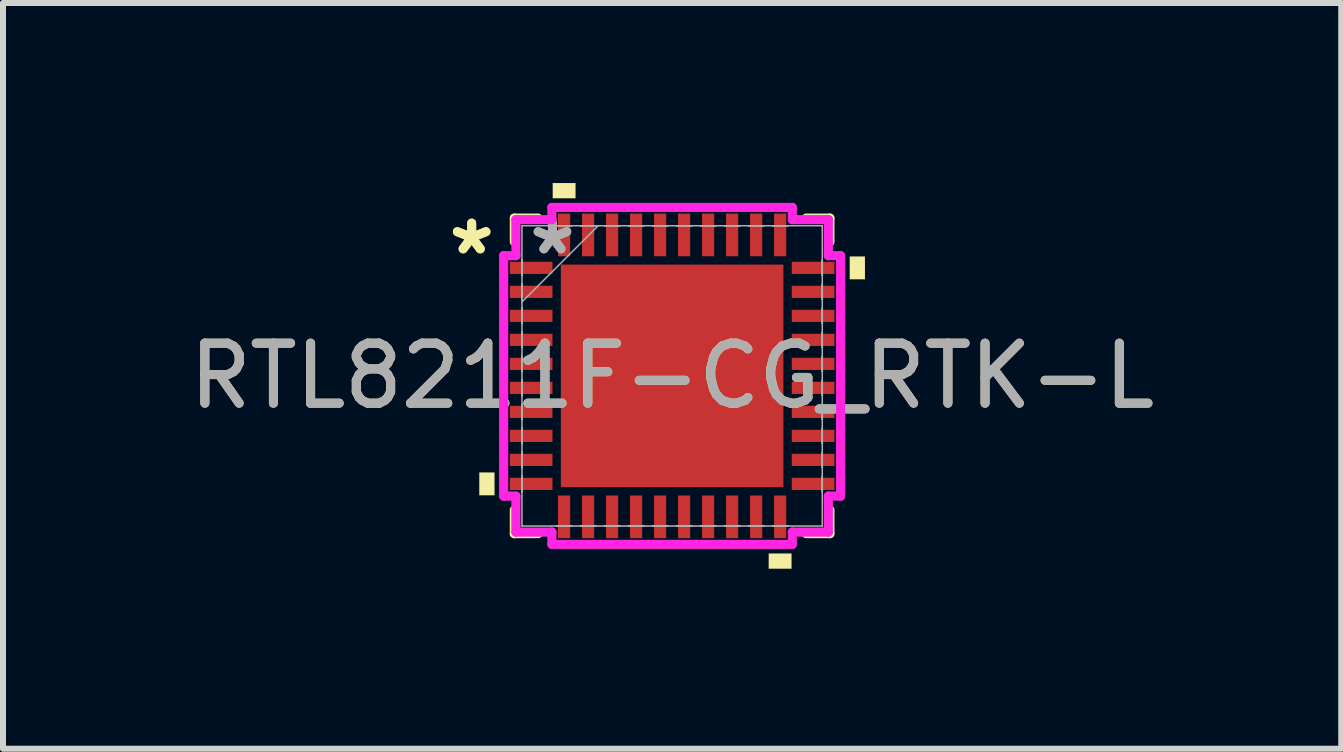
<source format=kicad_pcb>
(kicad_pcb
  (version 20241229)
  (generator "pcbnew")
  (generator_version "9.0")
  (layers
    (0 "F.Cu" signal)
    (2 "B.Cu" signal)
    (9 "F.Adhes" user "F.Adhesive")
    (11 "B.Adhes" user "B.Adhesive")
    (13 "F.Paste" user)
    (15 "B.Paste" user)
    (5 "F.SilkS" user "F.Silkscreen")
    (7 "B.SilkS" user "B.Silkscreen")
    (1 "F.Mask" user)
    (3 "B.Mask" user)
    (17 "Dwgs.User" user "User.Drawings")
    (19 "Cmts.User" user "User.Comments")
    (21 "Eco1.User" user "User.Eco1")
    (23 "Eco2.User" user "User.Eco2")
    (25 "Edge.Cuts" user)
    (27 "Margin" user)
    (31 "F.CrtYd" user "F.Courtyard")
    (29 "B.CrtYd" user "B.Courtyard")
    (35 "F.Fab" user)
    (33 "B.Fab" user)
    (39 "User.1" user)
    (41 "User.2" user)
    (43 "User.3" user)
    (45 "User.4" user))
  (footprint "RTL8211F-CG_RTK-L"
    (layer "F.Cu")
    (at 8.149 3.213)
    (property "Reference" "RTL8211F-CG_RTK-L" (at 0 0 0) (unlocked yes) (layer "F.SilkS") (effects (font (size 1 1) (thickness 0.15))))
    (attr smd)
    (fp_line (start -2.629 -2.629) (end -2.629 -2.234) (stroke (width 0.152) (type solid)) (layer "F.SilkS"))
    (fp_line (start -2.629 2.234) (end -2.629 2.629) (stroke (width 0.152) (type solid)) (layer "F.SilkS"))
    (fp_line (start -2.629 2.629) (end -2.234 2.629) (stroke (width 0.152) (type solid)) (layer "F.SilkS"))
    (fp_line (start -2.234 -2.629) (end -2.629 -2.629) (stroke (width 0.152) (type solid)) (layer "F.SilkS"))
    (fp_line (start 2.234 2.629) (end 2.629 2.629) (stroke (width 0.152) (type solid)) (layer "F.SilkS"))
    (fp_line (start 2.629 -2.629) (end 2.234 -2.629) (stroke (width 0.152) (type solid)) (layer "F.SilkS"))
    (fp_line (start 2.629 -2.234) (end 2.629 -2.629) (stroke (width 0.152) (type solid)) (layer "F.SilkS"))
    (fp_line (start 2.629 2.629) (end 2.629 2.234) (stroke (width 0.152) (type solid)) (layer "F.SilkS"))
    (fp_poly (pts (xy -3.213 1.609) (xy -3.213 1.99) (xy -2.959 1.99) (xy -2.959 1.609)) (stroke (width 0) (type solid)) (fill yes) (layer "F.SilkS"))
    (fp_poly (pts (xy -1.99 -2.959) (xy -1.99 -3.213) (xy -1.609 -3.213) (xy -1.609 -2.959)) (stroke (width 0) (type solid)) (fill yes) (layer "F.SilkS"))
    (fp_poly (pts (xy 1.609 2.959) (xy 1.609 3.213) (xy 1.99 3.213) (xy 1.99 2.959)) (stroke (width 0) (type solid)) (fill yes) (layer "F.SilkS"))
    (fp_poly (pts (xy 3.213 -1.99) (xy 3.213 -1.609) (xy 2.959 -1.609) (xy 2.959 -1.99)) (stroke (width 0) (type solid)) (fill yes) (layer "F.SilkS"))
    (fp_poly (pts (xy -1.754 -1.754) (xy -1.754 -0.1) (xy -0.1 -0.1) (xy -0.1 -1.754)) (stroke (width 0) (type solid)) (fill yes) (layer "F.Paste"))
    (fp_poly (pts (xy -1.754 0.1) (xy -1.754 1.754) (xy -0.1 1.754) (xy -0.1 0.1)) (stroke (width 0) (type solid)) (fill yes) (layer "F.Paste"))
    (fp_poly (pts (xy 0.1 -1.754) (xy 0.1 -0.1) (xy 1.754 -0.1) (xy 1.754 -1.754)) (stroke (width 0) (type solid)) (fill yes) (layer "F.Paste"))
    (fp_poly (pts (xy 0.1 0.1) (xy 0.1 1.754) (xy 1.754 1.754) (xy 1.754 0.1)) (stroke (width 0) (type solid)) (fill yes) (layer "F.Paste"))
    (fp_line (start -2.807 -2.003) (end -2.603 -2.003) (stroke (width 0.152) (type solid)) (layer "F.CrtYd"))
    (fp_line (start -2.807 2.003) (end -2.807 -2.003) (stroke (width 0.152) (type solid)) (layer "F.CrtYd"))
    (fp_line (start -2.603 -2.603) (end -2.003 -2.603) (stroke (width 0.152) (type solid)) (layer "F.CrtYd"))
    (fp_line (start -2.603 -2.003) (end -2.603 -2.603) (stroke (width 0.152) (type solid)) (layer "F.CrtYd"))
    (fp_line (start -2.603 2.003) (end -2.807 2.003) (stroke (width 0.152) (type solid)) (layer "F.CrtYd"))
    (fp_line (start -2.603 2.603) (end -2.603 2.003) (stroke (width 0.152) (type solid)) (layer "F.CrtYd"))
    (fp_line (start -2.003 -2.807) (end 2.003 -2.807) (stroke (width 0.152) (type solid)) (layer "F.CrtYd"))
    (fp_line (start -2.003 -2.603) (end -2.003 -2.807) (stroke (width 0.152) (type solid)) (layer "F.CrtYd"))
    (fp_line (start -2.003 2.603) (end -2.603 2.603) (stroke (width 0.152) (type solid)) (layer "F.CrtYd"))
    (fp_line (start -2.003 2.807) (end -2.003 2.603) (stroke (width 0.152) (type solid)) (layer "F.CrtYd"))
    (fp_line (start 2.003 -2.807) (end 2.003 -2.603) (stroke (width 0.152) (type solid)) (layer "F.CrtYd"))
    (fp_line (start 2.003 -2.603) (end 2.603 -2.603) (stroke (width 0.152) (type solid)) (layer "F.CrtYd"))
    (fp_line (start 2.003 2.603) (end 2.003 2.807) (stroke (width 0.152) (type solid)) (layer "F.CrtYd"))
    (fp_line (start 2.003 2.807) (end -2.003 2.807) (stroke (width 0.152) (type solid)) (layer "F.CrtYd"))
    (fp_line (start 2.603 -2.603) (end 2.603 -2.003) (stroke (width 0.152) (type solid)) (layer "F.CrtYd"))
    (fp_line (start 2.603 -2.003) (end 2.807 -2.003) (stroke (width 0.152) (type solid)) (layer "F.CrtYd"))
    (fp_line (start 2.603 2.003) (end 2.603 2.603) (stroke (width 0.152) (type solid)) (layer "F.CrtYd"))
    (fp_line (start 2.603 2.603) (end 2.003 2.603) (stroke (width 0.152) (type solid)) (layer "F.CrtYd"))
    (fp_line (start 2.807 -2.003) (end 2.807 2.003) (stroke (width 0.152) (type solid)) (layer "F.CrtYd"))
    (fp_line (start 2.807 2.003) (end 2.603 2.003) (stroke (width 0.152) (type solid)) (layer "F.CrtYd"))
    (fp_line (start -2.502 -2.502) (end -2.502 -2.502) (stroke (width 0.025) (type solid)) (layer "F.Fab"))
    (fp_line (start -2.502 -2.502) (end -2.502 2.502) (stroke (width 0.025) (type solid)) (layer "F.Fab"))
    (fp_line (start -2.502 -1.927) (end -2.502 -1.927) (stroke (width 0.025) (type solid)) (layer "F.Fab"))
    (fp_line (start -2.502 -1.927) (end -2.502 -1.673) (stroke (width 0.025) (type solid)) (layer "F.Fab"))
    (fp_line (start -2.502 -1.673) (end -2.502 -1.927) (stroke (width 0.025) (type solid)) (layer "F.Fab"))
    (fp_line (start -2.502 -1.673) (end -2.502 -1.673) (stroke (width 0.025) (type solid)) (layer "F.Fab"))
    (fp_line (start -2.502 -1.527) (end -2.502 -1.527) (stroke (width 0.025) (type solid)) (layer "F.Fab"))
    (fp_line (start -2.502 -1.527) (end -2.502 -1.273) (stroke (width 0.025) (type solid)) (layer "F.Fab"))
    (fp_line (start -2.502 -1.273) (end -2.502 -1.527) (stroke (width 0.025) (type solid)) (layer "F.Fab"))
    (fp_line (start -2.502 -1.273) (end -2.502 -1.273) (stroke (width 0.025) (type solid)) (layer "F.Fab"))
    (fp_line (start -2.502 -1.232) (end -1.232 -2.502) (stroke (width 0.025) (type solid)) (layer "F.Fab"))
    (fp_line (start -2.502 -1.127) (end -2.502 -1.127) (stroke (width 0.025) (type solid)) (layer "F.Fab"))
    (fp_line (start -2.502 -1.127) (end -2.502 -0.873) (stroke (width 0.025) (type solid)) (layer "F.Fab"))
    (fp_line (start -2.502 -0.873) (end -2.502 -1.127) (stroke (width 0.025) (type solid)) (layer "F.Fab"))
    (fp_line (start -2.502 -0.873) (end -2.502 -0.873) (stroke (width 0.025) (type solid)) (layer "F.Fab"))
    (fp_line (start -2.502 -0.727) (end -2.502 -0.727) (stroke (width 0.025) (type solid)) (layer "F.Fab"))
    (fp_line (start -2.502 -0.727) (end -2.502 -0.473) (stroke (width 0.025) (type solid)) (layer "F.Fab"))
    (fp_line (start -2.502 -0.473) (end -2.502 -0.727) (stroke (width 0.025) (type solid)) (layer "F.Fab"))
    (fp_line (start -2.502 -0.473) (end -2.502 -0.473) (stroke (width 0.025) (type solid)) (layer "F.Fab"))
    (fp_line (start -2.502 -0.327) (end -2.502 -0.327) (stroke (width 0.025) (type solid)) (layer "F.Fab"))
    (fp_line (start -2.502 -0.327) (end -2.502 -0.073) (stroke (width 0.025) (type solid)) (layer "F.Fab"))
    (fp_line (start -2.502 -0.073) (end -2.502 -0.327) (stroke (width 0.025) (type solid)) (layer "F.Fab"))
    (fp_line (start -2.502 -0.073) (end -2.502 -0.073) (stroke (width 0.025) (type solid)) (layer "F.Fab"))
    (fp_line (start -2.502 0.073) (end -2.502 0.073) (stroke (width 0.025) (type solid)) (layer "F.Fab"))
    (fp_line (start -2.502 0.073) (end -2.502 0.327) (stroke (width 0.025) (type solid)) (layer "F.Fab"))
    (fp_line (start -2.502 0.327) (end -2.502 0.073) (stroke (width 0.025) (type solid)) (layer "F.Fab"))
    (fp_line (start -2.502 0.327) (end -2.502 0.327) (stroke (width 0.025) (type solid)) (layer "F.Fab"))
    (fp_line (start -2.502 0.473) (end -2.502 0.473) (stroke (width 0.025) (type solid)) (layer "F.Fab"))
    (fp_line (start -2.502 0.473) (end -2.502 0.727) (stroke (width 0.025) (type solid)) (layer "F.Fab"))
    (fp_line (start -2.502 0.727) (end -2.502 0.473) (stroke (width 0.025) (type solid)) (layer "F.Fab"))
    (fp_line (start -2.502 0.727) (end -2.502 0.727) (stroke (width 0.025) (type solid)) (layer "F.Fab"))
    (fp_line (start -2.502 0.873) (end -2.502 0.873) (stroke (width 0.025) (type solid)) (layer "F.Fab"))
    (fp_line (start -2.502 0.873) (end -2.502 1.127) (stroke (width 0.025) (type solid)) (layer "F.Fab"))
    (fp_line (start -2.502 1.127) (end -2.502 0.873) (stroke (width 0.025) (type solid)) (layer "F.Fab"))
    (fp_line (start -2.502 1.127) (end -2.502 1.127) (stroke (width 0.025) (type solid)) (layer "F.Fab"))
    (fp_line (start -2.502 1.273) (end -2.502 1.273) (stroke (width 0.025) (type solid)) (layer "F.Fab"))
    (fp_line (start -2.502 1.273) (end -2.502 1.527) (stroke (width 0.025) (type solid)) (layer "F.Fab"))
    (fp_line (start -2.502 1.527) (end -2.502 1.273) (stroke (width 0.025) (type solid)) (layer "F.Fab"))
    (fp_line (start -2.502 1.527) (end -2.502 1.527) (stroke (width 0.025) (type solid)) (layer "F.Fab"))
    (fp_line (start -2.502 1.673) (end -2.502 1.673) (stroke (width 0.025) (type solid)) (layer "F.Fab"))
    (fp_line (start -2.502 1.673) (end -2.502 1.927) (stroke (width 0.025) (type solid)) (layer "F.Fab"))
    (fp_line (start -2.502 1.927) (end -2.502 1.673) (stroke (width 0.025) (type solid)) (layer "F.Fab"))
    (fp_line (start -2.502 1.927) (end -2.502 1.927) (stroke (width 0.025) (type solid)) (layer "F.Fab"))
    (fp_line (start -2.502 2.502) (end -2.502 2.502) (stroke (width 0.025) (type solid)) (layer "F.Fab"))
    (fp_line (start -2.502 2.502) (end 2.502 2.502) (stroke (width 0.025) (type solid)) (layer "F.Fab"))
    (fp_line (start -1.927 -2.502) (end -1.927 -2.502) (stroke (width 0.025) (type solid)) (layer "F.Fab"))
    (fp_line (start -1.927 -2.502) (end -1.673 -2.502) (stroke (width 0.025) (type solid)) (layer "F.Fab"))
    (fp_line (start -1.927 2.502) (end -1.927 2.502) (stroke (width 0.025) (type solid)) (layer "F.Fab"))
    (fp_line (start -1.927 2.502) (end -1.673 2.502) (stroke (width 0.025) (type solid)) (layer "F.Fab"))
    (fp_line (start -1.673 -2.502) (end -1.927 -2.502) (stroke (width 0.025) (type solid)) (layer "F.Fab"))
    (fp_line (start -1.673 -2.502) (end -1.673 -2.502) (stroke (width 0.025) (type solid)) (layer "F.Fab"))
    (fp_line (start -1.673 2.502) (end -1.927 2.502) (stroke (width 0.025) (type solid)) (layer "F.Fab"))
    (fp_line (start -1.673 2.502) (end -1.673 2.502) (stroke (width 0.025) (type solid)) (layer "F.Fab"))
    (fp_line (start -1.527 -2.502) (end -1.527 -2.502) (stroke (width 0.025) (type solid)) (layer "F.Fab"))
    (fp_line (start -1.527 -2.502) (end -1.273 -2.502) (stroke (width 0.025) (type solid)) (layer "F.Fab"))
    (fp_line (start -1.527 2.502) (end -1.527 2.502) (stroke (width 0.025) (type solid)) (layer "F.Fab"))
    (fp_line (start -1.527 2.502) (end -1.273 2.502) (stroke (width 0.025) (type solid)) (layer "F.Fab"))
    (fp_line (start -1.273 -2.502) (end -1.527 -2.502) (stroke (width 0.025) (type solid)) (layer "F.Fab"))
    (fp_line (start -1.273 -2.502) (end -1.273 -2.502) (stroke (width 0.025) (type solid)) (layer "F.Fab"))
    (fp_line (start -1.273 2.502) (end -1.527 2.502) (stroke (width 0.025) (type solid)) (layer "F.Fab"))
    (fp_line (start -1.273 2.502) (end -1.273 2.502) (stroke (width 0.025) (type solid)) (layer "F.Fab"))
    (fp_line (start -1.127 -2.502) (end -1.127 -2.502) (stroke (width 0.025) (type solid)) (layer "F.Fab"))
    (fp_line (start -1.127 -2.502) (end -0.873 -2.502) (stroke (width 0.025) (type solid)) (layer "F.Fab"))
    (fp_line (start -1.127 2.502) (end -1.127 2.502) (stroke (width 0.025) (type solid)) (layer "F.Fab"))
    (fp_line (start -1.127 2.502) (end -0.873 2.502) (stroke (width 0.025) (type solid)) (layer "F.Fab"))
    (fp_line (start -0.873 -2.502) (end -1.127 -2.502) (stroke (width 0.025) (type solid)) (layer "F.Fab"))
    (fp_line (start -0.873 -2.502) (end -0.873 -2.502) (stroke (width 0.025) (type solid)) (layer "F.Fab"))
    (fp_line (start -0.873 2.502) (end -1.127 2.502) (stroke (width 0.025) (type solid)) (layer "F.Fab"))
    (fp_line (start -0.873 2.502) (end -0.873 2.502) (stroke (width 0.025) (type solid)) (layer "F.Fab"))
    (fp_line (start -0.727 -2.502) (end -0.727 -2.502) (stroke (width 0.025) (type solid)) (layer "F.Fab"))
    (fp_line (start -0.727 -2.502) (end -0.473 -2.502) (stroke (width 0.025) (type solid)) (layer "F.Fab"))
    (fp_line (start -0.727 2.502) (end -0.727 2.502) (stroke (width 0.025) (type solid)) (layer "F.Fab"))
    (fp_line (start -0.727 2.502) (end -0.473 2.502) (stroke (width 0.025) (type solid)) (layer "F.Fab"))
    (fp_line (start -0.473 -2.502) (end -0.727 -2.502) (stroke (width 0.025) (type solid)) (layer "F.Fab"))
    (fp_line (start -0.473 -2.502) (end -0.473 -2.502) (stroke (width 0.025) (type solid)) (layer "F.Fab"))
    (fp_line (start -0.473 2.502) (end -0.727 2.502) (stroke (width 0.025) (type solid)) (layer "F.Fab"))
    (fp_line (start -0.473 2.502) (end -0.473 2.502) (stroke (width 0.025) (type solid)) (layer "F.Fab"))
    (fp_line (start -0.327 -2.502) (end -0.327 -2.502) (stroke (width 0.025) (type solid)) (layer "F.Fab"))
    (fp_line (start -0.327 -2.502) (end -0.073 -2.502) (stroke (width 0.025) (type solid)) (layer "F.Fab"))
    (fp_line (start -0.327 2.502) (end -0.327 2.502) (stroke (width 0.025) (type solid)) (layer "F.Fab"))
    (fp_line (start -0.327 2.502) (end -0.073 2.502) (stroke (width 0.025) (type solid)) (layer "F.Fab"))
    (fp_line (start -0.073 -2.502) (end -0.327 -2.502) (stroke (width 0.025) (type solid)) (layer "F.Fab"))
    (fp_line (start -0.073 -2.502) (end -0.073 -2.502) (stroke (width 0.025) (type solid)) (layer "F.Fab"))
    (fp_line (start -0.073 2.502) (end -0.327 2.502) (stroke (width 0.025) (type solid)) (layer "F.Fab"))
    (fp_line (start -0.073 2.502) (end -0.073 2.502) (stroke (width 0.025) (type solid)) (layer "F.Fab"))
    (fp_line (start 0.073 -2.502) (end 0.073 -2.502) (stroke (width 0.025) (type solid)) (layer "F.Fab"))
    (fp_line (start 0.073 -2.502) (end 0.327 -2.502) (stroke (width 0.025) (type solid)) (layer "F.Fab"))
    (fp_line (start 0.073 2.502) (end 0.073 2.502) (stroke (width 0.025) (type solid)) (layer "F.Fab"))
    (fp_line (start 0.073 2.502) (end 0.327 2.502) (stroke (width 0.025) (type solid)) (layer "F.Fab"))
    (fp_line (start 0.327 -2.502) (end 0.073 -2.502) (stroke (width 0.025) (type solid)) (layer "F.Fab"))
    (fp_line (start 0.327 -2.502) (end 0.327 -2.502) (stroke (width 0.025) (type solid)) (layer "F.Fab"))
    (fp_line (start 0.327 2.502) (end 0.073 2.502) (stroke (width 0.025) (type solid)) (layer "F.Fab"))
    (fp_line (start 0.327 2.502) (end 0.327 2.502) (stroke (width 0.025) (type solid)) (layer "F.Fab"))
    (fp_line (start 0.473 -2.502) (end 0.473 -2.502) (stroke (width 0.025) (type solid)) (layer "F.Fab"))
    (fp_line (start 0.473 -2.502) (end 0.727 -2.502) (stroke (width 0.025) (type solid)) (layer "F.Fab"))
    (fp_line (start 0.473 2.502) (end 0.473 2.502) (stroke (width 0.025) (type solid)) (layer "F.Fab"))
    (fp_line (start 0.473 2.502) (end 0.727 2.502) (stroke (width 0.025) (type solid)) (layer "F.Fab"))
    (fp_line (start 0.727 -2.502) (end 0.473 -2.502) (stroke (width 0.025) (type solid)) (layer "F.Fab"))
    (fp_line (start 0.727 -2.502) (end 0.727 -2.502) (stroke (width 0.025) (type solid)) (layer "F.Fab"))
    (fp_line (start 0.727 2.502) (end 0.473 2.502) (stroke (width 0.025) (type solid)) (layer "F.Fab"))
    (fp_line (start 0.727 2.502) (end 0.727 2.502) (stroke (width 0.025) (type solid)) (layer "F.Fab"))
    (fp_line (start 0.873 -2.502) (end 0.873 -2.502) (stroke (width 0.025) (type solid)) (layer "F.Fab"))
    (fp_line (start 0.873 -2.502) (end 1.127 -2.502) (stroke (width 0.025) (type solid)) (layer "F.Fab"))
    (fp_line (start 0.873 2.502) (end 0.873 2.502) (stroke (width 0.025) (type solid)) (layer "F.Fab"))
    (fp_line (start 0.873 2.502) (end 1.127 2.502) (stroke (width 0.025) (type solid)) (layer "F.Fab"))
    (fp_line (start 1.127 -2.502) (end 0.873 -2.502) (stroke (width 0.025) (type solid)) (layer "F.Fab"))
    (fp_line (start 1.127 -2.502) (end 1.127 -2.502) (stroke (width 0.025) (type solid)) (layer "F.Fab"))
    (fp_line (start 1.127 2.502) (end 0.873 2.502) (stroke (width 0.025) (type solid)) (layer "F.Fab"))
    (fp_line (start 1.127 2.502) (end 1.127 2.502) (stroke (width 0.025) (type solid)) (layer "F.Fab"))
    (fp_line (start 1.273 -2.502) (end 1.273 -2.502) (stroke (width 0.025) (type solid)) (layer "F.Fab"))
    (fp_line (start 1.273 -2.502) (end 1.527 -2.502) (stroke (width 0.025) (type solid)) (layer "F.Fab"))
    (fp_line (start 1.273 2.502) (end 1.273 2.502) (stroke (width 0.025) (type solid)) (layer "F.Fab"))
    (fp_line (start 1.273 2.502) (end 1.527 2.502) (stroke (width 0.025) (type solid)) (layer "F.Fab"))
    (fp_line (start 1.527 -2.502) (end 1.273 -2.502) (stroke (width 0.025) (type solid)) (layer "F.Fab"))
    (fp_line (start 1.527 -2.502) (end 1.527 -2.502) (stroke (width 0.025) (type solid)) (layer "F.Fab"))
    (fp_line (start 1.527 2.502) (end 1.273 2.502) (stroke (width 0.025) (type solid)) (layer "F.Fab"))
    (fp_line (start 1.527 2.502) (end 1.527 2.502) (stroke (width 0.025) (type solid)) (layer "F.Fab"))
    (fp_line (start 1.673 -2.502) (end 1.673 -2.502) (stroke (width 0.025) (type solid)) (layer "F.Fab"))
    (fp_line (start 1.673 -2.502) (end 1.927 -2.502) (stroke (width 0.025) (type solid)) (layer "F.Fab"))
    (fp_line (start 1.673 2.502) (end 1.673 2.502) (stroke (width 0.025) (type solid)) (layer "F.Fab"))
    (fp_line (start 1.673 2.502) (end 1.927 2.502) (stroke (width 0.025) (type solid)) (layer "F.Fab"))
    (fp_line (start 1.927 -2.502) (end 1.673 -2.502) (stroke (width 0.025) (type solid)) (layer "F.Fab"))
    (fp_line (start 1.927 -2.502) (end 1.927 -2.502) (stroke (width 0.025) (type solid)) (layer "F.Fab"))
    (fp_line (start 1.927 2.502) (end 1.673 2.502) (stroke (width 0.025) (type solid)) (layer "F.Fab"))
    (fp_line (start 1.927 2.502) (end 1.927 2.502) (stroke (width 0.025) (type solid)) (layer "F.Fab"))
    (fp_line (start 2.502 -2.502) (end -2.502 -2.502) (stroke (width 0.025) (type solid)) (layer "F.Fab"))
    (fp_line (start 2.502 -2.502) (end 2.502 -2.502) (stroke (width 0.025) (type solid)) (layer "F.Fab"))
    (fp_line (start 2.502 -1.927) (end 2.502 -1.927) (stroke (width 0.025) (type solid)) (layer "F.Fab"))
    (fp_line (start 2.502 -1.927) (end 2.502 -1.673) (stroke (width 0.025) (type solid)) (layer "F.Fab"))
    (fp_line (start 2.502 -1.673) (end 2.502 -1.927) (stroke (width 0.025) (type solid)) (layer "F.Fab"))
    (fp_line (start 2.502 -1.673) (end 2.502 -1.673) (stroke (width 0.025) (type solid)) (layer "F.Fab"))
    (fp_line (start 2.502 -1.527) (end 2.502 -1.527) (stroke (width 0.025) (type solid)) (layer "F.Fab"))
    (fp_line (start 2.502 -1.527) (end 2.502 -1.273) (stroke (width 0.025) (type solid)) (layer "F.Fab"))
    (fp_line (start 2.502 -1.273) (end 2.502 -1.527) (stroke (width 0.025) (type solid)) (layer "F.Fab"))
    (fp_line (start 2.502 -1.273) (end 2.502 -1.273) (stroke (width 0.025) (type solid)) (layer "F.Fab"))
    (fp_line (start 2.502 -1.127) (end 2.502 -1.127) (stroke (width 0.025) (type solid)) (layer "F.Fab"))
    (fp_line (start 2.502 -1.127) (end 2.502 -0.873) (stroke (width 0.025) (type solid)) (layer "F.Fab"))
    (fp_line (start 2.502 -0.873) (end 2.502 -1.127) (stroke (width 0.025) (type solid)) (layer "F.Fab"))
    (fp_line (start 2.502 -0.873) (end 2.502 -0.873) (stroke (width 0.025) (type solid)) (layer "F.Fab"))
    (fp_line (start 2.502 -0.727) (end 2.502 -0.727) (stroke (width 0.025) (type solid)) (layer "F.Fab"))
    (fp_line (start 2.502 -0.727) (end 2.502 -0.473) (stroke (width 0.025) (type solid)) (layer "F.Fab"))
    (fp_line (start 2.502 -0.473) (end 2.502 -0.727) (stroke (width 0.025) (type solid)) (layer "F.Fab"))
    (fp_line (start 2.502 -0.473) (end 2.502 -0.473) (stroke (width 0.025) (type solid)) (layer "F.Fab"))
    (fp_line (start 2.502 -0.327) (end 2.502 -0.327) (stroke (width 0.025) (type solid)) (layer "F.Fab"))
    (fp_line (start 2.502 -0.327) (end 2.502 -0.073) (stroke (width 0.025) (type solid)) (layer "F.Fab"))
    (fp_line (start 2.502 -0.073) (end 2.502 -0.327) (stroke (width 0.025) (type solid)) (layer "F.Fab"))
    (fp_line (start 2.502 -0.073) (end 2.502 -0.073) (stroke (width 0.025) (type solid)) (layer "F.Fab"))
    (fp_line (start 2.502 0.073) (end 2.502 0.073) (stroke (width 0.025) (type solid)) (layer "F.Fab"))
    (fp_line (start 2.502 0.073) (end 2.502 0.327) (stroke (width 0.025) (type solid)) (layer "F.Fab"))
    (fp_line (start 2.502 0.327) (end 2.502 0.073) (stroke (width 0.025) (type solid)) (layer "F.Fab"))
    (fp_line (start 2.502 0.327) (end 2.502 0.327) (stroke (width 0.025) (type solid)) (layer "F.Fab"))
    (fp_line (start 2.502 0.473) (end 2.502 0.473) (stroke (width 0.025) (type solid)) (layer "F.Fab"))
    (fp_line (start 2.502 0.473) (end 2.502 0.727) (stroke (width 0.025) (type solid)) (layer "F.Fab"))
    (fp_line (start 2.502 0.727) (end 2.502 0.473) (stroke (width 0.025) (type solid)) (layer "F.Fab"))
    (fp_line (start 2.502 0.727) (end 2.502 0.727) (stroke (width 0.025) (type solid)) (layer "F.Fab"))
    (fp_line (start 2.502 0.873) (end 2.502 0.873) (stroke (width 0.025) (type solid)) (layer "F.Fab"))
    (fp_line (start 2.502 0.873) (end 2.502 1.127) (stroke (width 0.025) (type solid)) (layer "F.Fab"))
    (fp_line (start 2.502 1.127) (end 2.502 0.873) (stroke (width 0.025) (type solid)) (layer "F.Fab"))
    (fp_line (start 2.502 1.127) (end 2.502 1.127) (stroke (width 0.025) (type solid)) (layer "F.Fab"))
    (fp_line (start 2.502 1.273) (end 2.502 1.273) (stroke (width 0.025) (type solid)) (layer "F.Fab"))
    (fp_line (start 2.502 1.273) (end 2.502 1.527) (stroke (width 0.025) (type solid)) (layer "F.Fab"))
    (fp_line (start 2.502 1.527) (end 2.502 1.273) (stroke (width 0.025) (type solid)) (layer "F.Fab"))
    (fp_line (start 2.502 1.527) (end 2.502 1.527) (stroke (width 0.025) (type solid)) (layer "F.Fab"))
    (fp_line (start 2.502 1.673) (end 2.502 1.673) (stroke (width 0.025) (type solid)) (layer "F.Fab"))
    (fp_line (start 2.502 1.673) (end 2.502 1.927) (stroke (width 0.025) (type solid)) (layer "F.Fab"))
    (fp_line (start 2.502 1.927) (end 2.502 1.673) (stroke (width 0.025) (type solid)) (layer "F.Fab"))
    (fp_line (start 2.502 1.927) (end 2.502 1.927) (stroke (width 0.025) (type solid)) (layer "F.Fab"))
    (fp_line (start 2.502 2.502) (end 2.502 -2.502) (stroke (width 0.025) (type solid)) (layer "F.Fab"))
    (fp_line (start 2.502 2.502) (end 2.502 2.502) (stroke (width 0.025) (type solid)) (layer "F.Fab"))
    (fp_text user "*" (at -3.34 -2 0) (layer "F.SilkS") (effects (font (size 1 1) (thickness 0.15))))
    (fp_text user "*" (at -3.34 -2 0) (unlocked yes) (layer "F.SilkS") (effects (font (size 1 1) (thickness 0.15))))
    (fp_text user "*" (at -1.994 -2 0) (unlocked yes) (layer "F.Fab") (effects (font (size 1 1) (thickness 0.15))))
    (fp_text user "*" (at -1.994 -2 0) (layer "F.Fab") (effects (font (size 1 1) (thickness 0.15))))
    (fp_text user "${REFERENCE}" (at 0 0 0) (unlocked yes) (layer "F.Fab") (effects (font (size 1 1) (thickness 0.15))))
    (pad "1" smd rect (at -2.349 -1.8 90) (size 0.203 0.711) (layers "F.Cu" "F.Mask" "F.Paste"))
    (pad "2" smd rect (at -2.349 -1.4 90) (size 0.203 0.711) (layers "F.Cu" "F.Mask" "F.Paste"))
    (pad "3" smd rect (at -2.349 -1 90) (size 0.203 0.711) (layers "F.Cu" "F.Mask" "F.Paste"))
    (pad "4" smd rect (at -2.349 -0.6 90) (size 0.203 0.711) (layers "F.Cu" "F.Mask" "F.Paste"))
    (pad "5" smd rect (at -2.349 -0.2 90) (size 0.203 0.711) (layers "F.Cu" "F.Mask" "F.Paste"))
    (pad "6" smd rect (at -2.349 0.2 90) (size 0.203 0.711) (layers "F.Cu" "F.Mask" "F.Paste"))
    (pad "7" smd rect (at -2.349 0.6 90) (size 0.203 0.711) (layers "F.Cu" "F.Mask" "F.Paste"))
    (pad "8" smd rect (at -2.349 1 90) (size 0.203 0.711) (layers "F.Cu" "F.Mask" "F.Paste"))
    (pad "9" smd rect (at -2.349 1.4 90) (size 0.203 0.711) (layers "F.Cu" "F.Mask" "F.Paste"))
    (pad "10" smd rect (at -2.349 1.8 90) (size 0.203 0.711) (layers "F.Cu" "F.Mask" "F.Paste"))
    (pad "11" smd rect (at -1.8 2.349) (size 0.203 0.711) (layers "F.Cu" "F.Mask" "F.Paste"))
    (pad "12" smd rect (at -1.4 2.349) (size 0.203 0.711) (layers "F.Cu" "F.Mask" "F.Paste"))
    (pad "13" smd rect (at -1 2.349) (size 0.203 0.711) (layers "F.Cu" "F.Mask" "F.Paste"))
    (pad "14" smd rect (at -0.6 2.349) (size 0.203 0.711) (layers "F.Cu" "F.Mask" "F.Paste"))
    (pad "15" smd rect (at -0.2 2.349) (size 0.203 0.711) (layers "F.Cu" "F.Mask" "F.Paste"))
    (pad "16" smd rect (at 0.2 2.349) (size 0.203 0.711) (layers "F.Cu" "F.Mask" "F.Paste"))
    (pad "17" smd rect (at 0.6 2.349) (size 0.203 0.711) (layers "F.Cu" "F.Mask" "F.Paste"))
    (pad "18" smd rect (at 1 2.349) (size 0.203 0.711) (layers "F.Cu" "F.Mask" "F.Paste"))
    (pad "19" smd rect (at 1.4 2.349) (size 0.203 0.711) (layers "F.Cu" "F.Mask" "F.Paste"))
    (pad "20" smd rect (at 1.8 2.349) (size 0.203 0.711) (layers "F.Cu" "F.Mask" "F.Paste"))
    (pad "21" smd rect (at 2.349 1.8 90) (size 0.203 0.711) (layers "F.Cu" "F.Mask" "F.Paste"))
    (pad "22" smd rect (at 2.349 1.4 90) (size 0.203 0.711) (layers "F.Cu" "F.Mask" "F.Paste"))
    (pad "23" smd rect (at 2.349 1 90) (size 0.203 0.711) (layers "F.Cu" "F.Mask" "F.Paste"))
    (pad "24" smd rect (at 2.349 0.6 90) (size 0.203 0.711) (layers "F.Cu" "F.Mask" "F.Paste"))
    (pad "25" smd rect (at 2.349 0.2 90) (size 0.203 0.711) (layers "F.Cu" "F.Mask" "F.Paste"))
    (pad "26" smd rect (at 2.349 -0.2 90) (size 0.203 0.711) (layers "F.Cu" "F.Mask" "F.Paste"))
    (pad "27" smd rect (at 2.349 -0.6 90) (size 0.203 0.711) (layers "F.Cu" "F.Mask" "F.Paste"))
    (pad "28" smd rect (at 2.349 -1 90) (size 0.203 0.711) (layers "F.Cu" "F.Mask" "F.Paste"))
    (pad "29" smd rect (at 2.349 -1.4 90) (size 0.203 0.711) (layers "F.Cu" "F.Mask" "F.Paste"))
    (pad "30" smd rect (at 2.349 -1.8 90) (size 0.203 0.711) (layers "F.Cu" "F.Mask" "F.Paste"))
    (pad "31" smd rect (at 1.8 -2.349) (size 0.203 0.711) (layers "F.Cu" "F.Mask" "F.Paste"))
    (pad "32" smd rect (at 1.4 -2.349) (size 0.203 0.711) (layers "F.Cu" "F.Mask" "F.Paste"))
    (pad "33" smd rect (at 1 -2.349) (size 0.203 0.711) (layers "F.Cu" "F.Mask" "F.Paste"))
    (pad "34" smd rect (at 0.6 -2.349) (size 0.203 0.711) (layers "F.Cu" "F.Mask" "F.Paste"))
    (pad "35" smd rect (at 0.2 -2.349) (size 0.203 0.711) (layers "F.Cu" "F.Mask" "F.Paste"))
    (pad "36" smd rect (at -0.2 -2.349) (size 0.203 0.711) (layers "F.Cu" "F.Mask" "F.Paste"))
    (pad "37" smd rect (at -0.6 -2.349) (size 0.203 0.711) (layers "F.Cu" "F.Mask" "F.Paste"))
    (pad "38" smd rect (at -1 -2.349) (size 0.203 0.711) (layers "F.Cu" "F.Mask" "F.Paste"))
    (pad "39" smd rect (at -1.4 -2.349) (size 0.203 0.711) (layers "F.Cu" "F.Mask" "F.Paste"))
    (pad "40" smd rect (at -1.8 -2.349) (size 0.203 0.711) (layers "F.Cu" "F.Mask" "F.Paste"))
    (pad "41" smd rect (at 0 0) (size 3.708 3.708) (layers "F.Cu" "F.Mask" "F.Paste")))
  (gr_rect
    (start -3 -3)
    (end 19.298 9.426)
    (stroke (width 0.1) (type default))
    (fill no)
    (layer "Edge.Cuts")))
</source>
